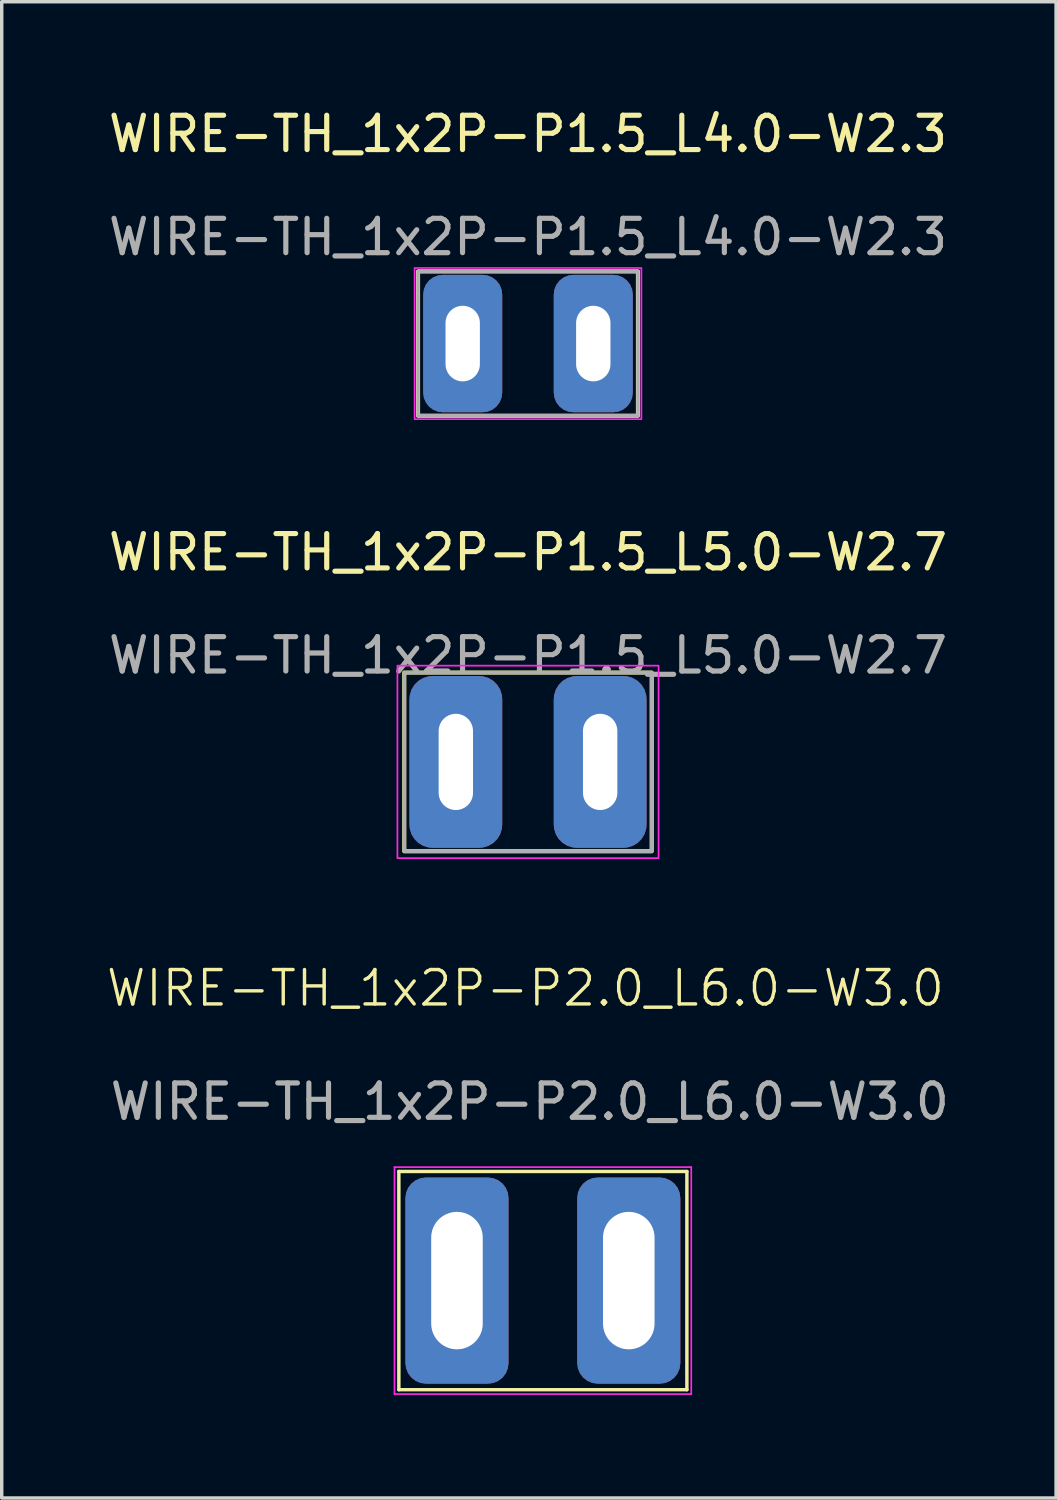
<source format=kicad_pcb>
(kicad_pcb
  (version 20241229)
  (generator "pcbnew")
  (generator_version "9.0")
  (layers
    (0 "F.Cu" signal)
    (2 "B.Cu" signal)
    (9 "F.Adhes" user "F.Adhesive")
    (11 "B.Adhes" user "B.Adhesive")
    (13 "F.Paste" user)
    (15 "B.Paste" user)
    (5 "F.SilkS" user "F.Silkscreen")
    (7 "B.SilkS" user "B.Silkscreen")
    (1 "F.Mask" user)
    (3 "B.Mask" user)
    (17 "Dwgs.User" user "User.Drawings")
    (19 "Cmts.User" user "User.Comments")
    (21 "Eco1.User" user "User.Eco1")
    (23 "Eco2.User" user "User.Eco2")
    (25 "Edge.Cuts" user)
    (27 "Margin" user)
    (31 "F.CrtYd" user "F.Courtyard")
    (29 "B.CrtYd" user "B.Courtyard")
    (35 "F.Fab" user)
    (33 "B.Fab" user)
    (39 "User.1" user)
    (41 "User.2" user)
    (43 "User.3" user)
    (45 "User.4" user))
  (footprint "WIRE-TH_1x2P-P1.5_L4.0-W2.3"
    (layer "F.Cu")
    (at 12.315 6.948)
    (property "Reference" "WIRE-TH_1x2P-P1.5_L4.0-W2.3" (at 0 -6.1 0) (unlocked yes) (layer "F.SilkS") (effects (font (size 1 1) (thickness 0.15))))
    (attr smd)
    (fp_rect (start -3.2 -2.1) (end 3.2 2.1) (stroke (width 0.12) (type solid)) (fill no) (layer "F.SilkS"))
    (fp_rect (start -3.3 -2.2) (end 3.3 2.2) (stroke (width 0.05) (type solid)) (fill no) (layer "F.CrtYd"))
    (fp_rect (start -3.2 -2.1) (end 3.2 2.1) (stroke (width 0.1) (type solid)) (fill no) (layer "F.Fab"))
    (fp_text user "${REFERENCE}" (at 0 -3.1 0) (unlocked yes) (layer "F.Fab") (effects (font (size 1 1) (thickness 0.15))))
    (pad "1" thru_hole roundrect (at -1.9 0) (size 2.3 4) (drill oval 1 2.2) (layers "*.Cu" "*.Mask") (roundrect_rratio 0.25))
    (pad "2" thru_hole roundrect (at 1.9 0) (size 2.3 4) (drill oval 1 2.2) (layers "*.Cu" "*.Mask") (roundrect_rratio 0.25)))
  (footprint "WIRE-TH_1x2P-P2.0_L6.0-W3.0"
    (layer "F.Cu")
    (at 12.748 34.216)
    (property "Reference" "WIRE-TH_1x2P-P2.0_L6.0-W3.0" (at -0.508 -8.509 0) (unlocked yes) (layer "F.SilkS") (effects (font (size 1 1) (thickness 0.1))))
    (attr through_hole)
    (fp_line (start -4.191 -3.175) (end 4.191 -3.175) (stroke (width 0.1) (type default)) (layer "F.SilkS"))
    (fp_line (start -4.191 3.175) (end -4.191 -3.175) (stroke (width 0.1) (type default)) (layer "F.SilkS"))
    (fp_line (start 4.191 -3.175) (end 4.191 3.175) (stroke (width 0.1) (type default)) (layer "F.SilkS"))
    (fp_line (start 4.191 3.175) (end -4.191 3.175) (stroke (width 0.1) (type default)) (layer "F.SilkS"))
    (fp_line (start -4.318 -3.302) (end 4.318 -3.302) (stroke (width 0.05) (type default)) (layer "F.CrtYd"))
    (fp_line (start -4.318 3.302) (end -4.318 -3.302) (stroke (width 0.05) (type default)) (layer "F.CrtYd"))
    (fp_line (start 4.318 -3.302) (end 4.318 3.302) (stroke (width 0.05) (type default)) (layer "F.CrtYd"))
    (fp_line (start 4.318 3.302) (end -4.318 3.302) (stroke (width 0.05) (type default)) (layer "F.CrtYd"))
    (fp_text user "${REFERENCE}" (at -0.381 -5.207 0) (unlocked yes) (layer "F.Fab") (effects (font (size 1 1) (thickness 0.15))))
    (pad "1" thru_hole roundrect (at -2.5 0) (size 3 6) (drill oval 1.5 4) (layers "*.Cu" "*.Mask") (roundrect_rratio 0.2))
    (pad "2" thru_hole roundrect (at 2.5 0) (size 3 6) (drill oval 1.5 4) (layers "*.Cu" "*.Mask") (roundrect_rratio 0.2)))
  (footprint "WIRE-TH_1x2P-P1.5_L5.0-W2.7"
    (layer "F.Cu")
    (at 12.315 19.122)
    (property "Reference" "WIRE-TH_1x2P-P1.5_L5.0-W2.7" (at 0 -6.1 0) (unlocked yes) (layer "F.SilkS") (effects (font (size 1 1) (thickness 0.15))))
    (attr smd)
    (fp_rect (start -3.6 -2.6) (end 3.6 2.6) (stroke (width 0.12) (type solid)) (fill no) (layer "F.SilkS"))
    (fp_rect (start -3.8 -2.8) (end 3.8 2.8) (stroke (width 0.05) (type solid)) (fill no) (layer "F.CrtYd"))
    (fp_rect (start -3.6 -2.6) (end 3.6 2.6) (stroke (width 0.1) (type solid)) (fill no) (layer "F.Fab"))
    (fp_text user "${REFERENCE}" (at 0 -3.1 0) (unlocked yes) (layer "F.Fab") (effects (font (size 1 1) (thickness 0.15))))
    (pad "1" thru_hole roundrect (at -2.1 0) (size 2.7 5) (drill oval 1 2.8) (layers "*.Cu" "*.Mask") (roundrect_rratio 0.25))
    (pad "2" thru_hole roundrect (at 2.1 0) (size 2.7 5) (drill oval 1 2.8) (layers "*.Cu" "*.Mask") (roundrect_rratio 0.25)))
  (gr_rect
    (start -3 -3)
    (end 27.683 40.543)
    (stroke (width 0.1) (type default))
    (fill no)
    (layer "Edge.Cuts")))
</source>
